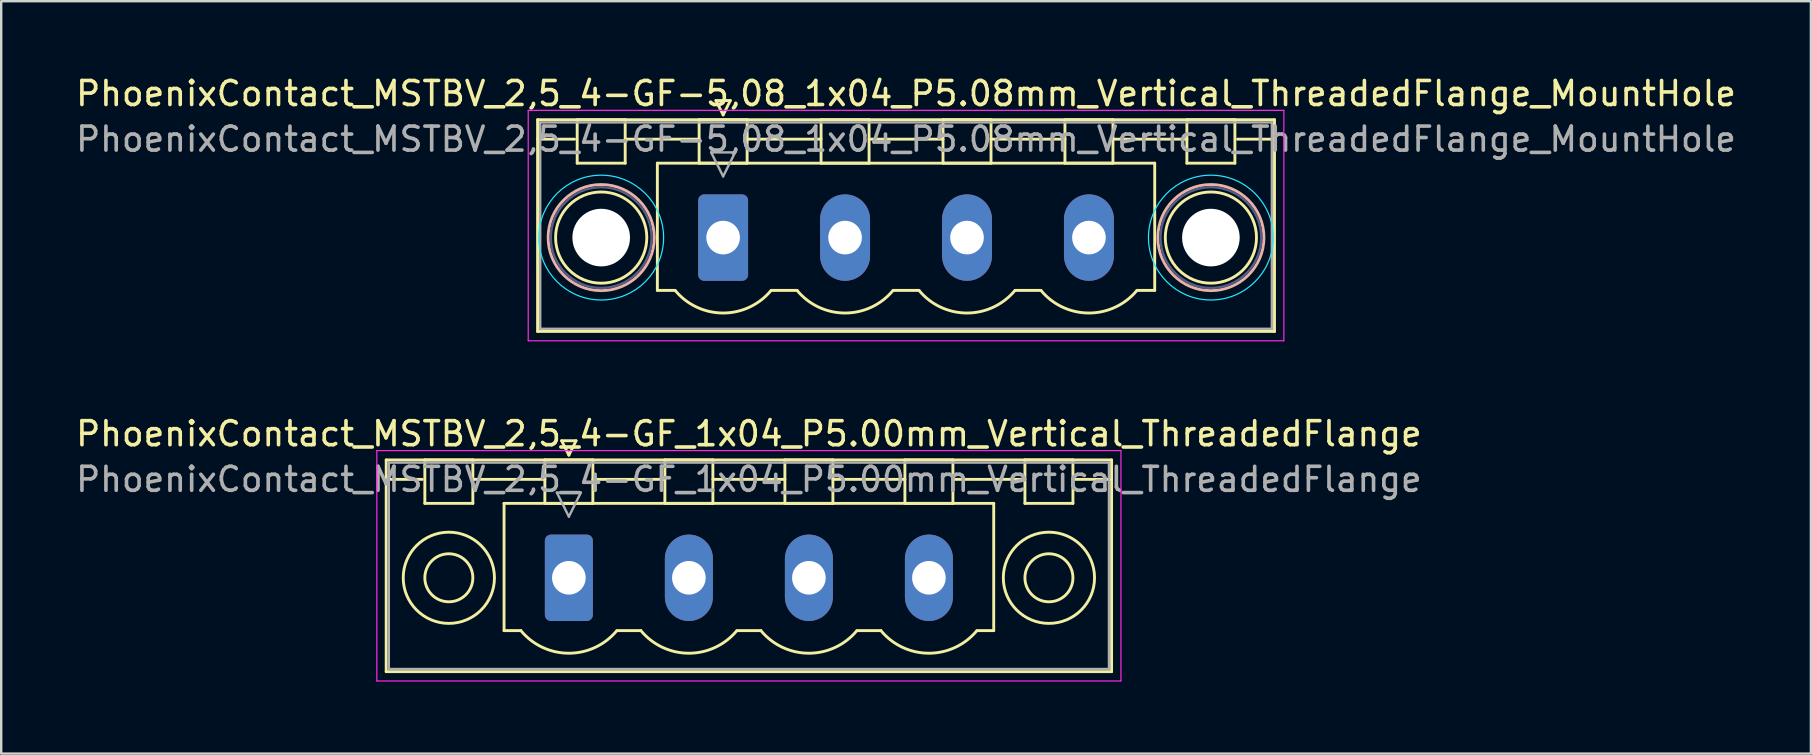
<source format=kicad_pcb>
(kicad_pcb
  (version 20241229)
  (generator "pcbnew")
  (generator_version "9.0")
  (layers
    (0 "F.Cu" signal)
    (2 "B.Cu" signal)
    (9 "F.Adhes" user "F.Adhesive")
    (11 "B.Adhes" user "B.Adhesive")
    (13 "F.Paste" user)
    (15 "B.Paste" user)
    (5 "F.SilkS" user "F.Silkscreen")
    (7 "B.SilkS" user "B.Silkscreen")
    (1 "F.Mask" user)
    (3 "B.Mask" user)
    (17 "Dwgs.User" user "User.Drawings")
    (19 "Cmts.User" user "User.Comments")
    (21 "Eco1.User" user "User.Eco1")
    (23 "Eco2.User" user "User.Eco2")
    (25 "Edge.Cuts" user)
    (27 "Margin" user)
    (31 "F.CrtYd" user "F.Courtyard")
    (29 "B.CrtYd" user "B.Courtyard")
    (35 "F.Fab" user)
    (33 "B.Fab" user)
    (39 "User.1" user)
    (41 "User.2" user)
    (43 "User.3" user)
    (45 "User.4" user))
  (footprint "PhoenixContact_MSTBV_2,5_4-GF-5,08_1x04_P5.08mm_Vertical_ThreadedFlange_MountHole"
    (layer "F.Cu")
    (at 27.076 6.848)
    (property "Reference" "PhoenixContact_MSTBV_2,5_4-GF-5,08_1x04_P5.08mm_Vertical_ThreadedFlange_MountHole" (at 7.62 -6 0) (layer "F.SilkS") (effects (font (size 1 1) (thickness 0.15))))
    (attr through_hole)
    (fp_line (start -7.73 -4.91) (end -7.73 3.91) (stroke (width 0.12) (type solid)) (layer "F.SilkS"))
    (fp_line (start -7.73 -4.1) (end -6.19 -4.1) (stroke (width 0.12) (type solid)) (layer "F.SilkS"))
    (fp_line (start -7.73 3.91) (end 22.97 3.91) (stroke (width 0.12) (type solid)) (layer "F.SilkS"))
    (fp_line (start -6.08 -4.91) (end -4.08 -4.91) (stroke (width 0.12) (type solid)) (layer "F.SilkS"))
    (fp_line (start -6.08 -3.1) (end -6.08 -4.91) (stroke (width 0.12) (type solid)) (layer "F.SilkS"))
    (fp_line (start -4.08 -4.91) (end -4.08 -3.1) (stroke (width 0.12) (type solid)) (layer "F.SilkS"))
    (fp_line (start -4.08 -4.1) (end -1 -4.1) (stroke (width 0.12) (type solid)) (layer "F.SilkS"))
    (fp_line (start -4.08 -3.1) (end -6.08 -3.1) (stroke (width 0.12) (type solid)) (layer "F.SilkS"))
    (fp_line (start -2.74 -3.1) (end 17.98 -3.1) (stroke (width 0.12) (type solid)) (layer "F.SilkS"))
    (fp_line (start -2.74 2.2) (end -2.74 -3.1) (stroke (width 0.12) (type solid)) (layer "F.SilkS"))
    (fp_line (start -2 2.2) (end -2.74 2.2) (stroke (width 0.12) (type solid)) (layer "F.SilkS"))
    (fp_line (start -1 -4.91) (end 1 -4.91) (stroke (width 0.12) (type solid)) (layer "F.SilkS"))
    (fp_line (start -1 -3.1) (end -1 -4.91) (stroke (width 0.12) (type solid)) (layer "F.SilkS"))
    (fp_line (start -0.3 -5.71) (end 0.3 -5.71) (stroke (width 0.12) (type solid)) (layer "F.SilkS"))
    (fp_line (start 0 -5.11) (end -0.3 -5.71) (stroke (width 0.12) (type solid)) (layer "F.SilkS"))
    (fp_line (start 0.3 -5.71) (end 0 -5.11) (stroke (width 0.12) (type solid)) (layer "F.SilkS"))
    (fp_line (start 1 -4.91) (end 1 -3.1) (stroke (width 0.12) (type solid)) (layer "F.SilkS"))
    (fp_line (start 1 -4.1) (end 4.08 -4.1) (stroke (width 0.12) (type solid)) (layer "F.SilkS"))
    (fp_line (start 1 -3.1) (end -1 -3.1) (stroke (width 0.12) (type solid)) (layer "F.SilkS"))
    (fp_line (start 2 2.2) (end 3.08 2.2) (stroke (width 0.12) (type solid)) (layer "F.SilkS"))
    (fp_line (start 4.08 -4.91) (end 6.08 -4.91) (stroke (width 0.12) (type solid)) (layer "F.SilkS"))
    (fp_line (start 4.08 -3.1) (end 4.08 -4.91) (stroke (width 0.12) (type solid)) (layer "F.SilkS"))
    (fp_line (start 6.08 -4.91) (end 6.08 -3.1) (stroke (width 0.12) (type solid)) (layer "F.SilkS"))
    (fp_line (start 6.08 -4.1) (end 9.16 -4.1) (stroke (width 0.12) (type solid)) (layer "F.SilkS"))
    (fp_line (start 6.08 -3.1) (end 4.08 -3.1) (stroke (width 0.12) (type solid)) (layer "F.SilkS"))
    (fp_line (start 7.08 2.2) (end 8.16 2.2) (stroke (width 0.12) (type solid)) (layer "F.SilkS"))
    (fp_line (start 9.16 -4.91) (end 11.16 -4.91) (stroke (width 0.12) (type solid)) (layer "F.SilkS"))
    (fp_line (start 9.16 -3.1) (end 9.16 -4.91) (stroke (width 0.12) (type solid)) (layer "F.SilkS"))
    (fp_line (start 11.16 -4.91) (end 11.16 -3.1) (stroke (width 0.12) (type solid)) (layer "F.SilkS"))
    (fp_line (start 11.16 -4.1) (end 14.24 -4.1) (stroke (width 0.12) (type solid)) (layer "F.SilkS"))
    (fp_line (start 11.16 -3.1) (end 9.16 -3.1) (stroke (width 0.12) (type solid)) (layer "F.SilkS"))
    (fp_line (start 12.16 2.2) (end 13.24 2.2) (stroke (width 0.12) (type solid)) (layer "F.SilkS"))
    (fp_line (start 14.24 -4.91) (end 16.24 -4.91) (stroke (width 0.12) (type solid)) (layer "F.SilkS"))
    (fp_line (start 14.24 -3.1) (end 14.24 -4.91) (stroke (width 0.12) (type solid)) (layer "F.SilkS"))
    (fp_line (start 16.24 -4.91) (end 16.24 -3.1) (stroke (width 0.12) (type solid)) (layer "F.SilkS"))
    (fp_line (start 16.24 -4.1) (end 19.32 -4.1) (stroke (width 0.12) (type solid)) (layer "F.SilkS"))
    (fp_line (start 16.24 -3.1) (end 14.24 -3.1) (stroke (width 0.12) (type solid)) (layer "F.SilkS"))
    (fp_line (start 17.98 -3.1) (end 17.98 2.2) (stroke (width 0.12) (type solid)) (layer "F.SilkS"))
    (fp_line (start 17.98 2.2) (end 17.24 2.2) (stroke (width 0.12) (type solid)) (layer "F.SilkS"))
    (fp_line (start 19.32 -4.91) (end 21.32 -4.91) (stroke (width 0.12) (type solid)) (layer "F.SilkS"))
    (fp_line (start 19.32 -3.1) (end 19.32 -4.91) (stroke (width 0.12) (type solid)) (layer "F.SilkS"))
    (fp_line (start 21.32 -4.91) (end 21.32 -3.1) (stroke (width 0.12) (type solid)) (layer "F.SilkS"))
    (fp_line (start 21.32 -3.1) (end 19.32 -3.1) (stroke (width 0.12) (type solid)) (layer "F.SilkS"))
    (fp_line (start 22.97 -4.91) (end -7.73 -4.91) (stroke (width 0.12) (type solid)) (layer "F.SilkS"))
    (fp_line (start 22.97 -4.1) (end 21.43 -4.1) (stroke (width 0.12) (type solid)) (layer "F.SilkS"))
    (fp_line (start 22.97 3.91) (end 22.97 -4.91) (stroke (width 0.12) (type solid)) (layer "F.SilkS"))
    (fp_arc (start 1.986842 2.215821) (mid -0.010289 3.142758) (end -2 2.2) (stroke (width 0.12) (type solid)) (layer "F.SilkS"))
    (fp_arc (start 7.066842 2.215821) (mid 5.069711 3.142758) (end 3.08 2.2) (stroke (width 0.12) (type solid)) (layer "F.SilkS"))
    (fp_arc (start 12.146842 2.215821) (mid 10.149711 3.142758) (end 8.16 2.2) (stroke (width 0.12) (type solid)) (layer "F.SilkS"))
    (fp_arc (start 17.226842 2.215821) (mid 15.229711 3.142758) (end 13.24 2.2) (stroke (width 0.12) (type solid)) (layer "F.SilkS"))
    (fp_circle (center -5.08 0) (end -3.18 0) (stroke (width 0.12) (type solid)) (fill no) (layer "F.SilkS"))
    (fp_circle (center 20.32 0) (end 22.22 0) (stroke (width 0.12) (type solid)) (fill no) (layer "F.SilkS"))
    (fp_circle (center -5.08 0) (end -2.87 0) (stroke (width 0.12) (type solid)) (fill no) (layer "B.SilkS"))
    (fp_circle (center 20.32 0) (end 22.53 0) (stroke (width 0.12) (type solid)) (fill no) (layer "B.SilkS"))
    (fp_circle (center -5.08 0) (end -2.48 0) (stroke (width 0.05) (type solid)) (fill no) (layer "B.CrtYd"))
    (fp_circle (center 20.32 0) (end 22.92 0) (stroke (width 0.05) (type solid)) (fill no) (layer "B.CrtYd"))
    (fp_line (start -8.12 -5.3) (end -8.12 4.3) (stroke (width 0.05) (type solid)) (layer "F.CrtYd"))
    (fp_line (start -8.12 4.3) (end 23.36 4.3) (stroke (width 0.05) (type solid)) (layer "F.CrtYd"))
    (fp_line (start 23.36 -5.3) (end -8.12 -5.3) (stroke (width 0.05) (type solid)) (layer "F.CrtYd"))
    (fp_line (start 23.36 4.3) (end 23.36 -5.3) (stroke (width 0.05) (type solid)) (layer "F.CrtYd"))
    (fp_circle (center -5.08 0) (end -2.98 0) (stroke (width 0.1) (type solid)) (fill no) (layer "B.Fab"))
    (fp_circle (center 20.32 0) (end 22.42 0) (stroke (width 0.1) (type solid)) (fill no) (layer "B.Fab"))
    (fp_line (start -7.62 -4.8) (end -7.62 3.8) (stroke (width 0.1) (type solid)) (layer "F.Fab"))
    (fp_line (start -7.62 3.8) (end 22.86 3.8) (stroke (width 0.1) (type solid)) (layer "F.Fab"))
    (fp_line (start -0.5 -3.55) (end 0.5 -3.55) (stroke (width 0.1) (type solid)) (layer "F.Fab"))
    (fp_line (start 0 -2.55) (end -0.5 -3.55) (stroke (width 0.1) (type solid)) (layer "F.Fab"))
    (fp_line (start 0.5 -3.55) (end 0 -2.55) (stroke (width 0.1) (type solid)) (layer "F.Fab"))
    (fp_line (start 22.86 -4.8) (end -7.62 -4.8) (stroke (width 0.1) (type solid)) (layer "F.Fab"))
    (fp_line (start 22.86 3.8) (end 22.86 -4.8) (stroke (width 0.1) (type solid)) (layer "F.Fab"))
    (fp_text user "${REFERENCE}" (at 7.62 -4.1 0) (layer "F.Fab") (effects (font (size 1 1) (thickness 0.15))))
    (pad "" np_thru_hole circle (at -5.08 0) (size 2.4 2.4) (drill 2.4) (layers "*.Cu" "*.Mask"))
    (pad "" np_thru_hole circle (at 20.32 0) (size 2.4 2.4) (drill 2.4) (layers "*.Cu" "*.Mask"))
    (pad "1" thru_hole roundrect (at 0 0) (size 2.08 3.6) (drill 1.4) (layers "*.Cu" "*.Mask") (roundrect_rratio 0.12))
    (pad "2" thru_hole oval (at 5.08 0) (size 2.08 3.6) (drill 1.4) (layers "*.Cu" "*.Mask"))
    (pad "3" thru_hole oval (at 10.16 0) (size 2.08 3.6) (drill 1.4) (layers "*.Cu" "*.Mask"))
    (pad "4" thru_hole oval (at 15.24 0) (size 2.08 3.6) (drill 1.4) (layers "*.Cu" "*.Mask")))
  (footprint "PhoenixContact_MSTBV_2,5_4-GF_1x04_P5.00mm_Vertical_ThreadedFlange"
    (layer "F.Cu")
    (at 20.649 21.021)
    (property "Reference" "PhoenixContact_MSTBV_2,5_4-GF_1x04_P5.00mm_Vertical_ThreadedFlange" (at 7.5 -6 0) (layer "F.SilkS") (effects (font (size 1 1) (thickness 0.15))))
    (attr through_hole)
    (fp_line (start -7.61 -4.91) (end -7.61 3.91) (stroke (width 0.12) (type solid)) (layer "F.SilkS"))
    (fp_line (start -7.61 -4.1) (end -6.11 -4.1) (stroke (width 0.12) (type solid)) (layer "F.SilkS"))
    (fp_line (start -7.61 3.91) (end 22.61 3.91) (stroke (width 0.12) (type solid)) (layer "F.SilkS"))
    (fp_line (start -6 -4.91) (end -4 -4.91) (stroke (width 0.12) (type solid)) (layer "F.SilkS"))
    (fp_line (start -6 -3.1) (end -6 -4.91) (stroke (width 0.12) (type solid)) (layer "F.SilkS"))
    (fp_line (start -4 -4.91) (end -4 -3.1) (stroke (width 0.12) (type solid)) (layer "F.SilkS"))
    (fp_line (start -4 -4.1) (end -1 -4.1) (stroke (width 0.12) (type solid)) (layer "F.SilkS"))
    (fp_line (start -4 -3.1) (end -6 -3.1) (stroke (width 0.12) (type solid)) (layer "F.SilkS"))
    (fp_line (start -2.7 -3.1) (end 17.7 -3.1) (stroke (width 0.12) (type solid)) (layer "F.SilkS"))
    (fp_line (start -2.7 2.2) (end -2.7 -3.1) (stroke (width 0.12) (type solid)) (layer "F.SilkS"))
    (fp_line (start -2 2.2) (end -2.7 2.2) (stroke (width 0.12) (type solid)) (layer "F.SilkS"))
    (fp_line (start -1 -4.91) (end 1 -4.91) (stroke (width 0.12) (type solid)) (layer "F.SilkS"))
    (fp_line (start -1 -3.1) (end -1 -4.91) (stroke (width 0.12) (type solid)) (layer "F.SilkS"))
    (fp_line (start -0.3 -5.71) (end 0.3 -5.71) (stroke (width 0.12) (type solid)) (layer "F.SilkS"))
    (fp_line (start 0 -5.11) (end -0.3 -5.71) (stroke (width 0.12) (type solid)) (layer "F.SilkS"))
    (fp_line (start 0.3 -5.71) (end 0 -5.11) (stroke (width 0.12) (type solid)) (layer "F.SilkS"))
    (fp_line (start 1 -4.91) (end 1 -3.1) (stroke (width 0.12) (type solid)) (layer "F.SilkS"))
    (fp_line (start 1 -4.1) (end 4 -4.1) (stroke (width 0.12) (type solid)) (layer "F.SilkS"))
    (fp_line (start 1 -3.1) (end -1 -3.1) (stroke (width 0.12) (type solid)) (layer "F.SilkS"))
    (fp_line (start 2 2.2) (end 3 2.2) (stroke (width 0.12) (type solid)) (layer "F.SilkS"))
    (fp_line (start 4 -4.91) (end 6 -4.91) (stroke (width 0.12) (type solid)) (layer "F.SilkS"))
    (fp_line (start 4 -3.1) (end 4 -4.91) (stroke (width 0.12) (type solid)) (layer "F.SilkS"))
    (fp_line (start 6 -4.91) (end 6 -3.1) (stroke (width 0.12) (type solid)) (layer "F.SilkS"))
    (fp_line (start 6 -4.1) (end 9 -4.1) (stroke (width 0.12) (type solid)) (layer "F.SilkS"))
    (fp_line (start 6 -3.1) (end 4 -3.1) (stroke (width 0.12) (type solid)) (layer "F.SilkS"))
    (fp_line (start 7 2.2) (end 8 2.2) (stroke (width 0.12) (type solid)) (layer "F.SilkS"))
    (fp_line (start 9 -4.91) (end 11 -4.91) (stroke (width 0.12) (type solid)) (layer "F.SilkS"))
    (fp_line (start 9 -3.1) (end 9 -4.91) (stroke (width 0.12) (type solid)) (layer "F.SilkS"))
    (fp_line (start 11 -4.91) (end 11 -3.1) (stroke (width 0.12) (type solid)) (layer "F.SilkS"))
    (fp_line (start 11 -4.1) (end 14 -4.1) (stroke (width 0.12) (type solid)) (layer "F.SilkS"))
    (fp_line (start 11 -3.1) (end 9 -3.1) (stroke (width 0.12) (type solid)) (layer "F.SilkS"))
    (fp_line (start 12 2.2) (end 13 2.2) (stroke (width 0.12) (type solid)) (layer "F.SilkS"))
    (fp_line (start 14 -4.91) (end 16 -4.91) (stroke (width 0.12) (type solid)) (layer "F.SilkS"))
    (fp_line (start 14 -3.1) (end 14 -4.91) (stroke (width 0.12) (type solid)) (layer "F.SilkS"))
    (fp_line (start 16 -4.91) (end 16 -3.1) (stroke (width 0.12) (type solid)) (layer "F.SilkS"))
    (fp_line (start 16 -4.1) (end 19 -4.1) (stroke (width 0.12) (type solid)) (layer "F.SilkS"))
    (fp_line (start 16 -3.1) (end 14 -3.1) (stroke (width 0.12) (type solid)) (layer "F.SilkS"))
    (fp_line (start 17.7 -3.1) (end 17.7 2.2) (stroke (width 0.12) (type solid)) (layer "F.SilkS"))
    (fp_line (start 17.7 2.2) (end 17 2.2) (stroke (width 0.12) (type solid)) (layer "F.SilkS"))
    (fp_line (start 19 -4.91) (end 21 -4.91) (stroke (width 0.12) (type solid)) (layer "F.SilkS"))
    (fp_line (start 19 -3.1) (end 19 -4.91) (stroke (width 0.12) (type solid)) (layer "F.SilkS"))
    (fp_line (start 21 -4.91) (end 21 -3.1) (stroke (width 0.12) (type solid)) (layer "F.SilkS"))
    (fp_line (start 21 -3.1) (end 19 -3.1) (stroke (width 0.12) (type solid)) (layer "F.SilkS"))
    (fp_line (start 22.61 -4.91) (end -7.61 -4.91) (stroke (width 0.12) (type solid)) (layer "F.SilkS"))
    (fp_line (start 22.61 -4.1) (end 21.11 -4.1) (stroke (width 0.12) (type solid)) (layer "F.SilkS"))
    (fp_line (start 22.61 3.91) (end 22.61 -4.91) (stroke (width 0.12) (type solid)) (layer "F.SilkS"))
    (fp_arc (start 1.986842 2.215821) (mid -0.010289 3.142758) (end -2 2.2) (stroke (width 0.12) (type solid)) (layer "F.SilkS"))
    (fp_arc (start 6.986842 2.215821) (mid 4.989711 3.142758) (end 3 2.2) (stroke (width 0.12) (type solid)) (layer "F.SilkS"))
    (fp_arc (start 11.986842 2.215821) (mid 9.989711 3.142758) (end 8 2.2) (stroke (width 0.12) (type solid)) (layer "F.SilkS"))
    (fp_arc (start 16.986842 2.215821) (mid 14.989711 3.142758) (end 13 2.2) (stroke (width 0.12) (type solid)) (layer "F.SilkS"))
    (fp_circle (center -5 0) (end -4 0) (stroke (width 0.12) (type solid)) (fill no) (layer "F.SilkS"))
    (fp_circle (center -5 0) (end -3.1 0) (stroke (width 0.12) (type solid)) (fill no) (layer "F.SilkS"))
    (fp_circle (center 20 0) (end 21 0) (stroke (width 0.12) (type solid)) (fill no) (layer "F.SilkS"))
    (fp_circle (center 20 0) (end 21.9 0) (stroke (width 0.12) (type solid)) (fill no) (layer "F.SilkS"))
    (fp_line (start -8 -5.3) (end -8 4.3) (stroke (width 0.05) (type solid)) (layer "F.CrtYd"))
    (fp_line (start -8 4.3) (end 23 4.3) (stroke (width 0.05) (type solid)) (layer "F.CrtYd"))
    (fp_line (start 23 -5.3) (end -8 -5.3) (stroke (width 0.05) (type solid)) (layer "F.CrtYd"))
    (fp_line (start 23 4.3) (end 23 -5.3) (stroke (width 0.05) (type solid)) (layer "F.CrtYd"))
    (fp_line (start -7.5 -4.8) (end -7.5 3.8) (stroke (width 0.1) (type solid)) (layer "F.Fab"))
    (fp_line (start -7.5 3.8) (end 22.5 3.8) (stroke (width 0.1) (type solid)) (layer "F.Fab"))
    (fp_line (start -0.5 -3.55) (end 0.5 -3.55) (stroke (width 0.1) (type solid)) (layer "F.Fab"))
    (fp_line (start 0 -2.55) (end -0.5 -3.55) (stroke (width 0.1) (type solid)) (layer "F.Fab"))
    (fp_line (start 0.5 -3.55) (end 0 -2.55) (stroke (width 0.1) (type solid)) (layer "F.Fab"))
    (fp_line (start 22.5 -4.8) (end -7.5 -4.8) (stroke (width 0.1) (type solid)) (layer "F.Fab"))
    (fp_line (start 22.5 3.8) (end 22.5 -4.8) (stroke (width 0.1) (type solid)) (layer "F.Fab"))
    (fp_text user "${REFERENCE}" (at 7.5 -4.1 0) (layer "F.Fab") (effects (font (size 1 1) (thickness 0.15))))
    (pad "1" thru_hole roundrect (at 0 0) (size 2 3.6) (drill 1.4) (layers "*.Cu" "*.Mask") (roundrect_rratio 0.125))
    (pad "2" thru_hole oval (at 5 0) (size 2 3.6) (drill 1.4) (layers "*.Cu" "*.Mask"))
    (pad "3" thru_hole oval (at 10 0) (size 2 3.6) (drill 1.4) (layers "*.Cu" "*.Mask"))
    (pad "4" thru_hole oval (at 15 0) (size 2 3.6) (drill 1.4) (layers "*.Cu" "*.Mask")))
  (gr_rect
    (start -3 -3)
    (end 72.393 28.346)
    (stroke (width 0.1) (type default))
    (fill no)
    (layer "Edge.Cuts")))
</source>
